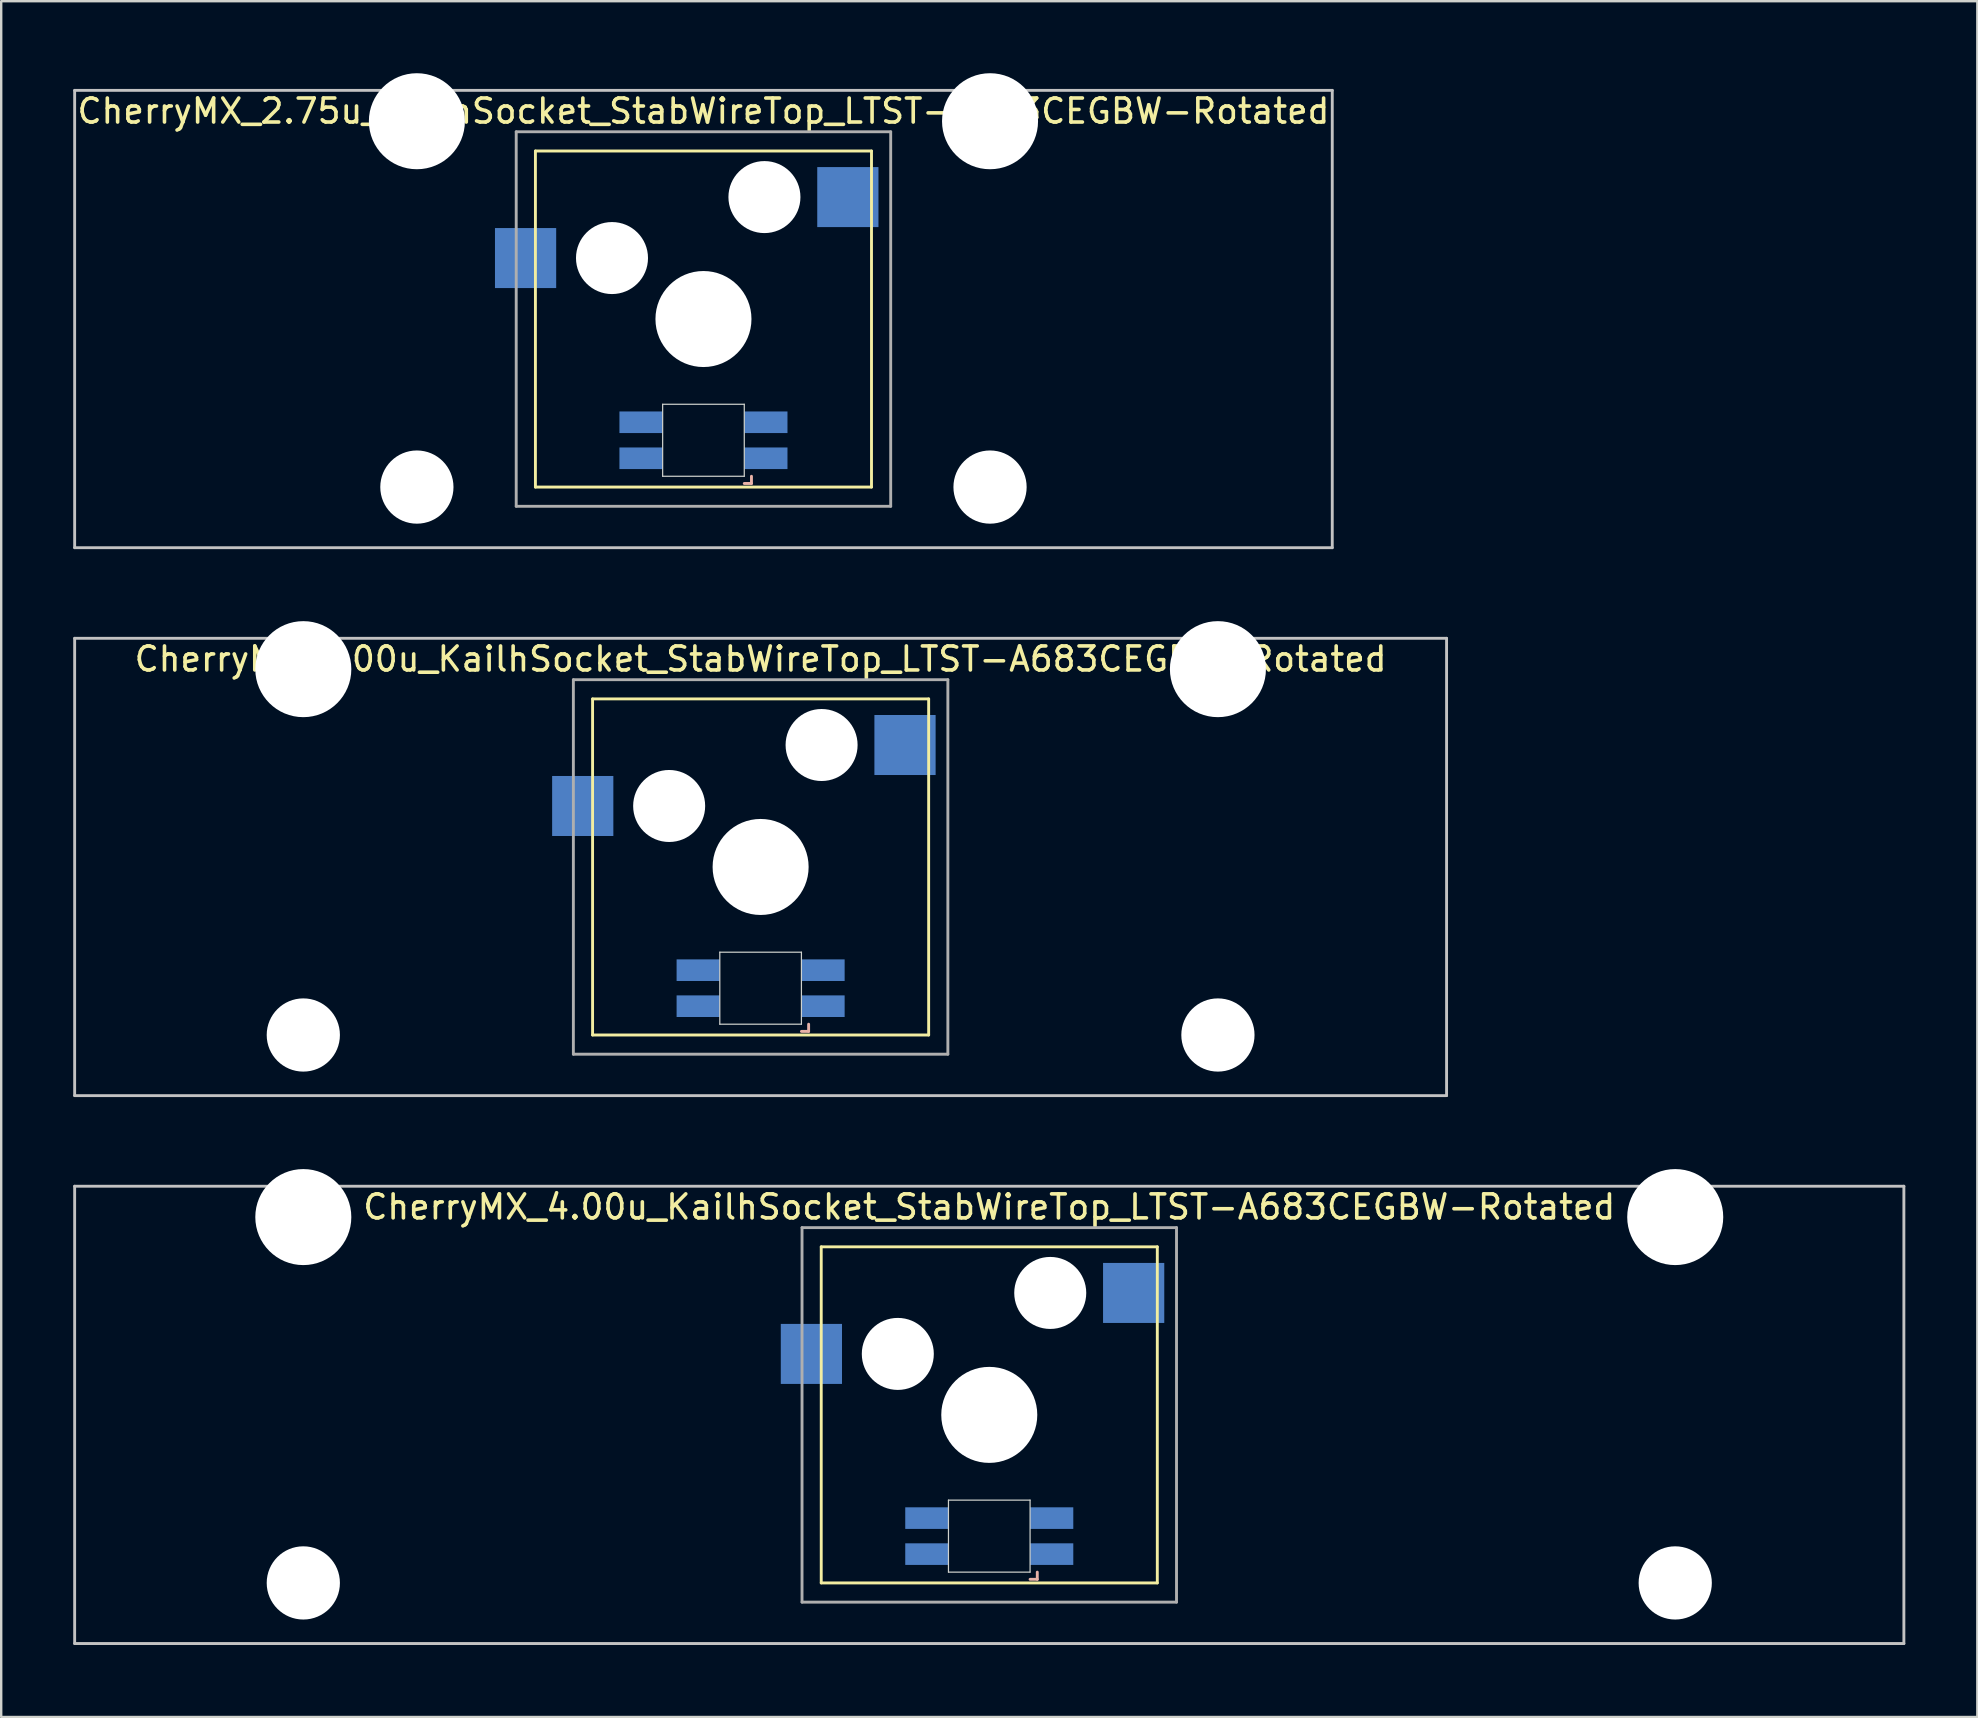
<source format=kicad_pcb>
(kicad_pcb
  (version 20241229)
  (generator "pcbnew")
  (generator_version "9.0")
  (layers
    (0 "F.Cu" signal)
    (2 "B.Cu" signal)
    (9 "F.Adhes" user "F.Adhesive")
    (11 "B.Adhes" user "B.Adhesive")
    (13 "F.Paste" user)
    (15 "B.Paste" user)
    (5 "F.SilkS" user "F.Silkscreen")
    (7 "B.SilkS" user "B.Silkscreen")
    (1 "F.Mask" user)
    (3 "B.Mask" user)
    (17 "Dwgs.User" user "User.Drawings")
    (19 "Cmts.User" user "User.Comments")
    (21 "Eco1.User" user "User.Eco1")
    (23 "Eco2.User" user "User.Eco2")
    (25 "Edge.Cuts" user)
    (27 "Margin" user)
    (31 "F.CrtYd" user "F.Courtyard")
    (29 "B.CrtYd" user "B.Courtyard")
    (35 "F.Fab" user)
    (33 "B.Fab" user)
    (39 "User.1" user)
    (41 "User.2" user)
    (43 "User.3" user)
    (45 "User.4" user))
  (footprint "CherryMX_3.00u_KailhSocket_StabWireTop_LTST-A683CEGBW-Rotated"
    (layer "F.Cu")
    (at 28.635 33.065)
    (property "Reference" "CherryMX_3.00u_KailhSocket_StabWireTop_LTST-A683CEGBW-Rotated" (at 0 -8.662 0) (layer "F.SilkS") (effects (font (size 1 1) (thickness 0.15))))
    (attr through_hole)
    (fp_line (start -7 -7) (end -7 7) (stroke (width 0.12) (type solid)) (layer "F.SilkS"))
    (fp_line (start -7 -7) (end 7 -7) (stroke (width 0.12) (type solid)) (layer "F.SilkS"))
    (fp_line (start 7 -7) (end 7 7) (stroke (width 0.12) (type solid)) (layer "F.SilkS"))
    (fp_line (start 7 7) (end -7 7) (stroke (width 0.12) (type solid)) (layer "F.SilkS"))
    (fp_line (start 1.7 6.85) (end 2 6.85) (stroke (width 0.12) (type solid)) (layer "B.SilkS"))
    (fp_line (start 2 6.85) (end 2 6.55) (stroke (width 0.12) (type solid)) (layer "B.SilkS"))
    (fp_line (start -28.575 -9.525) (end 28.575 -9.525) (stroke (width 0.12) (type solid)) (layer "Dwgs.User"))
    (fp_line (start -28.575 9.525) (end -28.575 -9.525) (stroke (width 0.12) (type solid)) (layer "Dwgs.User"))
    (fp_line (start 28.575 -9.525) (end 28.575 9.525) (stroke (width 0.12) (type solid)) (layer "Dwgs.User"))
    (fp_line (start 28.575 9.525) (end -28.575 9.525) (stroke (width 0.12) (type solid)) (layer "Dwgs.User"))
    (fp_line (start -1.7 3.55) (end 1.7 3.55) (stroke (width 0.05) (type solid)) (layer "Edge.Cuts"))
    (fp_line (start -1.7 6.55) (end -1.7 3.55) (stroke (width 0.05) (type solid)) (layer "Edge.Cuts"))
    (fp_line (start 1.7 3.55) (end 1.7 6.55) (stroke (width 0.05) (type solid)) (layer "Edge.Cuts"))
    (fp_line (start 1.7 6.55) (end -1.7 6.55) (stroke (width 0.05) (type solid)) (layer "Edge.Cuts"))
    (fp_line (start -7.8 -7.8) (end -7.8 7.8) (stroke (width 0.12) (type solid)) (layer "F.Fab"))
    (fp_line (start -7.8 -7.8) (end 7.8 -7.8) (stroke (width 0.12) (type solid)) (layer "F.Fab"))
    (fp_line (start -7.8 7.8) (end 7.8 7.8) (stroke (width 0.12) (type solid)) (layer "F.Fab"))
    (fp_line (start 7.8 -7.8) (end 7.8 7.8) (stroke (width 0.12) (type solid)) (layer "F.Fab"))
    (pad "" np_thru_hole circle (at -19.05 -8.24) (size 4 4) (drill 4) (layers "*.Cu" "*.Mask"))
    (pad "" np_thru_hole circle (at -19.05 7) (size 3.05 3.05) (drill 3.05) (layers "*.Cu" "*.Mask"))
    (pad "" np_thru_hole circle (at -3.81 -2.54) (size 3 3) (drill 3) (layers "*.Cu" "*.Mask"))
    (pad "" np_thru_hole circle (at 0 0) (size 4 4) (drill 4) (layers "*.Cu" "*.Mask"))
    (pad "" np_thru_hole circle (at 2.54 -5.08) (size 3 3) (drill 3) (layers "*.Cu" "*.Mask"))
    (pad "" np_thru_hole circle (at 19.05 -8.24) (size 4 4) (drill 4) (layers "*.Cu" "*.Mask"))
    (pad "" np_thru_hole circle (at 19.05 7) (size 3.05 3.05) (drill 3.05) (layers "*.Cu" "*.Mask"))
    (pad "1" smd rect (at -7.41 -2.54) (size 2.55 2.5) (layers "B.Cu" "B.Mask" "B.Paste"))
    (pad "2" smd rect (at 6.015 -5.08) (size 2.55 2.5) (layers "B.Cu" "B.Mask" "B.Paste"))
    (pad "3" smd rect (at 2.6 5.8) (size 1.8 0.9) (layers "B.Cu" "B.Mask" "B.Paste"))
    (pad "4" smd rect (at 2.6 4.3) (size 1.8 0.9) (layers "B.Cu" "B.Mask" "B.Paste"))
    (pad "5" smd rect (at -2.6 5.8) (size 1.8 0.9) (layers "B.Cu" "B.Mask" "B.Paste"))
    (pad "6" smd rect (at -2.6 4.3) (size 1.8 0.9) (layers "B.Cu" "B.Mask" "B.Paste")))
  (footprint "CherryMX_2.75u_KailhSocket_StabWireTop_LTST-A683CEGBW-Rotated"
    (layer "F.Cu")
    (at 26.254 10.24)
    (property "Reference" "CherryMX_2.75u_KailhSocket_StabWireTop_LTST-A683CEGBW-Rotated" (at 0 -8.662 0) (layer "F.SilkS") (effects (font (size 1 1) (thickness 0.15))))
    (attr through_hole)
    (fp_line (start -7 -7) (end -7 7) (stroke (width 0.12) (type solid)) (layer "F.SilkS"))
    (fp_line (start -7 -7) (end 7 -7) (stroke (width 0.12) (type solid)) (layer "F.SilkS"))
    (fp_line (start 7 -7) (end 7 7) (stroke (width 0.12) (type solid)) (layer "F.SilkS"))
    (fp_line (start 7 7) (end -7 7) (stroke (width 0.12) (type solid)) (layer "F.SilkS"))
    (fp_line (start 1.7 6.85) (end 2 6.85) (stroke (width 0.12) (type solid)) (layer "B.SilkS"))
    (fp_line (start 2 6.85) (end 2 6.55) (stroke (width 0.12) (type solid)) (layer "B.SilkS"))
    (fp_line (start -26.194 -9.525) (end 26.194 -9.525) (stroke (width 0.12) (type solid)) (layer "Dwgs.User"))
    (fp_line (start -26.194 9.525) (end -26.194 -9.525) (stroke (width 0.12) (type solid)) (layer "Dwgs.User"))
    (fp_line (start 26.194 -9.525) (end 26.194 9.525) (stroke (width 0.12) (type solid)) (layer "Dwgs.User"))
    (fp_line (start 26.194 9.525) (end -26.194 9.525) (stroke (width 0.12) (type solid)) (layer "Dwgs.User"))
    (fp_line (start -1.7 3.55) (end 1.7 3.55) (stroke (width 0.05) (type solid)) (layer "Edge.Cuts"))
    (fp_line (start -1.7 6.55) (end -1.7 3.55) (stroke (width 0.05) (type solid)) (layer "Edge.Cuts"))
    (fp_line (start 1.7 3.55) (end 1.7 6.55) (stroke (width 0.05) (type solid)) (layer "Edge.Cuts"))
    (fp_line (start 1.7 6.55) (end -1.7 6.55) (stroke (width 0.05) (type solid)) (layer "Edge.Cuts"))
    (fp_line (start -7.8 -7.8) (end -7.8 7.8) (stroke (width 0.12) (type solid)) (layer "F.Fab"))
    (fp_line (start -7.8 -7.8) (end 7.8 -7.8) (stroke (width 0.12) (type solid)) (layer "F.Fab"))
    (fp_line (start -7.8 7.8) (end 7.8 7.8) (stroke (width 0.12) (type solid)) (layer "F.Fab"))
    (fp_line (start 7.8 -7.8) (end 7.8 7.8) (stroke (width 0.12) (type solid)) (layer "F.Fab"))
    (pad "" np_thru_hole circle (at -11.938 -8.24) (size 4 4) (drill 4) (layers "*.Cu" "*.Mask"))
    (pad "" np_thru_hole circle (at -11.938 7) (size 3.05 3.05) (drill 3.05) (layers "*.Cu" "*.Mask"))
    (pad "" np_thru_hole circle (at -3.81 -2.54) (size 3 3) (drill 3) (layers "*.Cu" "*.Mask"))
    (pad "" np_thru_hole circle (at 0 0) (size 4 4) (drill 4) (layers "*.Cu" "*.Mask"))
    (pad "" np_thru_hole circle (at 2.54 -5.08) (size 3 3) (drill 3) (layers "*.Cu" "*.Mask"))
    (pad "" np_thru_hole circle (at 11.938 -8.24) (size 4 4) (drill 4) (layers "*.Cu" "*.Mask"))
    (pad "" np_thru_hole circle (at 11.938 7) (size 3.05 3.05) (drill 3.05) (layers "*.Cu" "*.Mask"))
    (pad "1" smd rect (at -7.41 -2.54) (size 2.55 2.5) (layers "B.Cu" "B.Mask" "B.Paste"))
    (pad "2" smd rect (at 6.015 -5.08) (size 2.55 2.5) (layers "B.Cu" "B.Mask" "B.Paste"))
    (pad "3" smd rect (at 2.6 5.8) (size 1.8 0.9) (layers "B.Cu" "B.Mask" "B.Paste"))
    (pad "4" smd rect (at 2.6 4.3) (size 1.8 0.9) (layers "B.Cu" "B.Mask" "B.Paste"))
    (pad "5" smd rect (at -2.6 5.8) (size 1.8 0.9) (layers "B.Cu" "B.Mask" "B.Paste"))
    (pad "6" smd rect (at -2.6 4.3) (size 1.8 0.9) (layers "B.Cu" "B.Mask" "B.Paste")))
  (footprint "CherryMX_4.00u_KailhSocket_StabWireTop_LTST-A683CEGBW-Rotated"
    (layer "F.Cu")
    (at 38.16 55.89)
    (property "Reference" "CherryMX_4.00u_KailhSocket_StabWireTop_LTST-A683CEGBW-Rotated" (at 0 -8.662 0) (layer "F.SilkS") (effects (font (size 1 1) (thickness 0.15))))
    (attr through_hole)
    (fp_line (start -7 -7) (end -7 7) (stroke (width 0.12) (type solid)) (layer "F.SilkS"))
    (fp_line (start -7 -7) (end 7 -7) (stroke (width 0.12) (type solid)) (layer "F.SilkS"))
    (fp_line (start 7 -7) (end 7 7) (stroke (width 0.12) (type solid)) (layer "F.SilkS"))
    (fp_line (start 7 7) (end -7 7) (stroke (width 0.12) (type solid)) (layer "F.SilkS"))
    (fp_line (start 1.7 6.85) (end 2 6.85) (stroke (width 0.12) (type solid)) (layer "B.SilkS"))
    (fp_line (start 2 6.85) (end 2 6.55) (stroke (width 0.12) (type solid)) (layer "B.SilkS"))
    (fp_line (start -38.1 -9.525) (end 38.1 -9.525) (stroke (width 0.12) (type solid)) (layer "Dwgs.User"))
    (fp_line (start -38.1 9.525) (end -38.1 -9.525) (stroke (width 0.12) (type solid)) (layer "Dwgs.User"))
    (fp_line (start 38.1 -9.525) (end 38.1 9.525) (stroke (width 0.12) (type solid)) (layer "Dwgs.User"))
    (fp_line (start 38.1 9.525) (end -38.1 9.525) (stroke (width 0.12) (type solid)) (layer "Dwgs.User"))
    (fp_line (start -1.7 3.55) (end 1.7 3.55) (stroke (width 0.05) (type solid)) (layer "Edge.Cuts"))
    (fp_line (start -1.7 6.55) (end -1.7 3.55) (stroke (width 0.05) (type solid)) (layer "Edge.Cuts"))
    (fp_line (start 1.7 3.55) (end 1.7 6.55) (stroke (width 0.05) (type solid)) (layer "Edge.Cuts"))
    (fp_line (start 1.7 6.55) (end -1.7 6.55) (stroke (width 0.05) (type solid)) (layer "Edge.Cuts"))
    (fp_line (start -7.8 -7.8) (end -7.8 7.8) (stroke (width 0.12) (type solid)) (layer "F.Fab"))
    (fp_line (start -7.8 -7.8) (end 7.8 -7.8) (stroke (width 0.12) (type solid)) (layer "F.Fab"))
    (fp_line (start -7.8 7.8) (end 7.8 7.8) (stroke (width 0.12) (type solid)) (layer "F.Fab"))
    (fp_line (start 7.8 -7.8) (end 7.8 7.8) (stroke (width 0.12) (type solid)) (layer "F.Fab"))
    (pad "" np_thru_hole circle (at -28.575 -8.24) (size 4 4) (drill 4) (layers "*.Cu" "*.Mask"))
    (pad "" np_thru_hole circle (at -28.575 7) (size 3.05 3.05) (drill 3.05) (layers "*.Cu" "*.Mask"))
    (pad "" np_thru_hole circle (at -3.81 -2.54) (size 3 3) (drill 3) (layers "*.Cu" "*.Mask"))
    (pad "" np_thru_hole circle (at 0 0) (size 4 4) (drill 4) (layers "*.Cu" "*.Mask"))
    (pad "" np_thru_hole circle (at 2.54 -5.08) (size 3 3) (drill 3) (layers "*.Cu" "*.Mask"))
    (pad "" np_thru_hole circle (at 28.575 -8.24) (size 4 4) (drill 4) (layers "*.Cu" "*.Mask"))
    (pad "" np_thru_hole circle (at 28.575 7) (size 3.05 3.05) (drill 3.05) (layers "*.Cu" "*.Mask"))
    (pad "1" smd rect (at -7.41 -2.54) (size 2.55 2.5) (layers "B.Cu" "B.Mask" "B.Paste"))
    (pad "2" smd rect (at 6.015 -5.08) (size 2.55 2.5) (layers "B.Cu" "B.Mask" "B.Paste"))
    (pad "3" smd rect (at 2.6 5.8) (size 1.8 0.9) (layers "B.Cu" "B.Mask" "B.Paste"))
    (pad "4" smd rect (at 2.6 4.3) (size 1.8 0.9) (layers "B.Cu" "B.Mask" "B.Paste"))
    (pad "5" smd rect (at -2.6 5.8) (size 1.8 0.9) (layers "B.Cu" "B.Mask" "B.Paste"))
    (pad "6" smd rect (at -2.6 4.3) (size 1.8 0.9) (layers "B.Cu" "B.Mask" "B.Paste")))
  (gr_rect
    (start -3 -3)
    (end 79.32 68.475)
    (stroke (width 0.1) (type default))
    (fill no)
    (layer "Edge.Cuts")))
</source>
